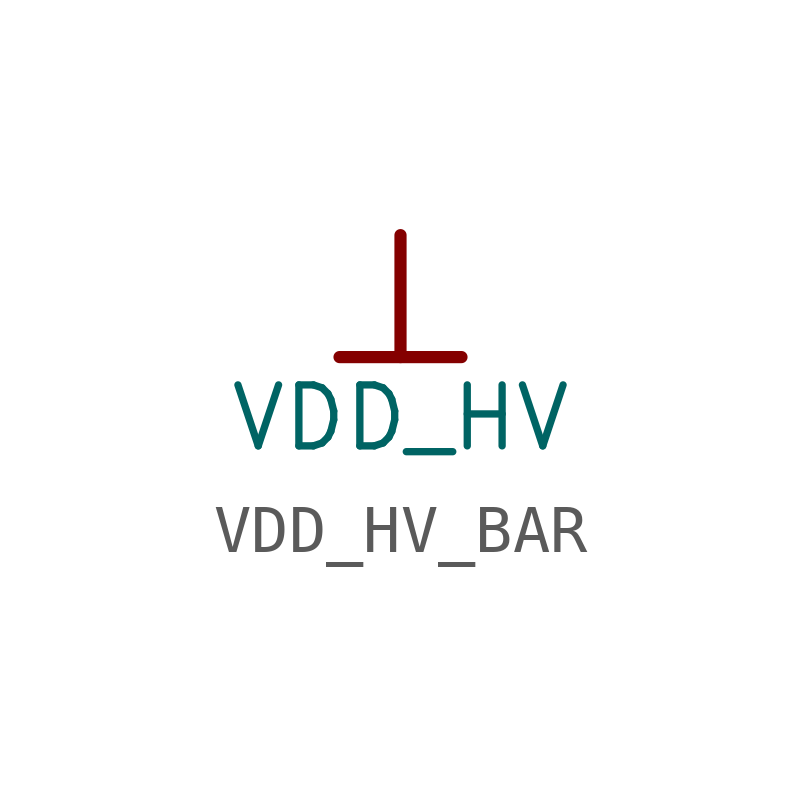
<source format=kicad_sym>
(kicad_symbol_lib
  (version 20241209)
  (generator "kicad_symbol_editor")
  (generator_version "9.0")
  (symbol "VDD_HV_BAR"
    (power)
    (property "Reference" "#PWR"
      (at 0 0 0)
      (effects (font (size 1.27 1.27)) (hide yes)))
    (property "Value" "VDD_HV"
      (at 0 -3.81 0)
      (effects (font (size 1.27 1.27))))
    (symbol "VDD_HV_BAR_0_0"
      (polyline (pts (xy -1.27 -2.54) (xy 1.27 -2.54)) (stroke (width 0.254) (type solid)) (fill (type none)))
      (polyline (pts (xy 0 0) (xy 0 -2.54)) (stroke (width 0.254) (type solid)) (fill (type none)))
      (pin power_in line (at 0 0 0) (length 0) (hide yes) (name "VDD_HV" (effects (font (size 1.27 1.27)))) (number "" (effects (font (size 1.27 1.27))))))))
</source>
